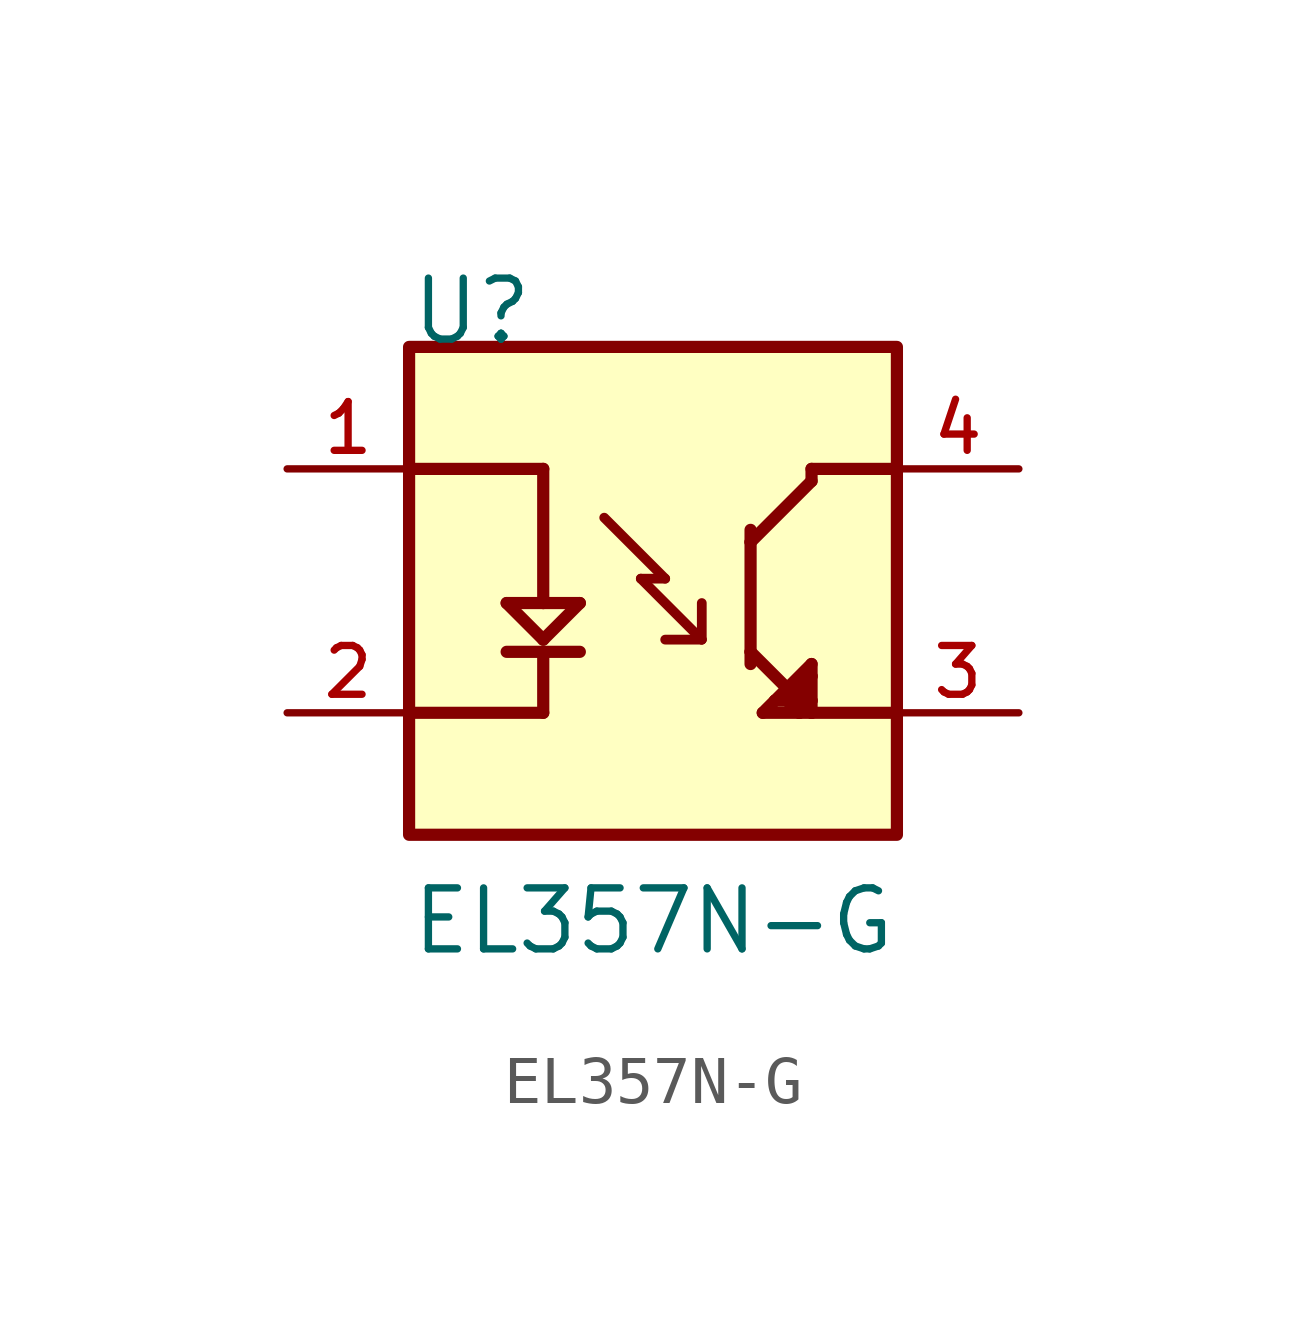
<source format=kicad_sym>
(kicad_symbol_lib
  (version 20211014)
  (generator kicad_symbol_editor)
  (symbol "EL357N-G"
    (pin_names
      (offset 1.016))
    (property "Reference" "U"
      (at -5.08 5.08 0)
      (effects (font (size 1.27 1.27)) (justify bottom left)))
    (property "Value" "EL357N-G"
      (at -5.08 -7.62 0)
      (effects (font (size 1.27 1.27)) (justify bottom left)))
    (symbol "EL357N-G_0_0"
      (polyline (pts (xy -5.08 2.54) (xy -2.286 2.54)) (stroke (width 0.254)))
      (polyline (pts (xy -2.286 2.54) (xy -2.286 -0.254)) (stroke (width 0.254)))
      (polyline (pts (xy -2.286 -0.254) (xy -1.524 -0.254)) (stroke (width 0.254)))
      (polyline (pts (xy -2.286 -0.254) (xy -3.048 -0.254)) (stroke (width 0.254)))
      (polyline (pts (xy -3.048 -0.254) (xy -2.286 -1.016)) (stroke (width 0.254)))
      (polyline (pts (xy -2.286 -1.016) (xy -1.524 -0.254)) (stroke (width 0.254)))
      (polyline (pts (xy -3.048 -1.27) (xy -1.524 -1.27)) (stroke (width 0.254)))
      (polyline (pts (xy -2.286 -1.27) (xy -2.286 -2.54)) (stroke (width 0.254)))
      (polyline (pts (xy -2.286 -2.54) (xy -5.08 -2.54)) (stroke (width 0.254)))
      (polyline (pts (xy 5.08 2.54) (xy 3.302 2.54)) (stroke (width 0.254)))
      (polyline (pts (xy 3.302 2.54) (xy 3.302 2.286)) (stroke (width 0.254)))
      (polyline (pts (xy 3.302 2.286) (xy 2.032 1.016)) (stroke (width 0.254)))
      (polyline (pts (xy 2.032 1.016) (xy 2.032 -1.27)) (stroke (width 0.254)))
      (polyline (pts (xy 2.032 -1.27) (xy 3.302 -2.54)) (stroke (width 0.254)))
      (polyline (pts (xy 3.302 -2.54) (xy 5.08 -2.54)) (stroke (width 0.254)))
      (polyline (pts (xy 3.302 -2.286) (xy 3.302 -1.778)) (stroke (width 0.254)))
      (polyline (pts (xy 3.302 -1.778) (xy 3.302 -1.524)) (stroke (width 0.254)))
      (polyline (pts (xy 3.302 -1.524) (xy 2.54 -2.286)) (stroke (width 0.254)))
      (polyline (pts (xy 2.54 -2.286) (xy 2.286 -2.54)) (stroke (width 0.254)))
      (polyline (pts (xy 2.286 -2.54) (xy 3.048 -2.54)) (stroke (width 0.254)))
      (polyline (pts (xy 3.048 -2.54) (xy 3.302 -2.54)) (stroke (width 0.254)))
      (polyline (pts (xy 3.302 -2.54) (xy 3.302 -2.286)) (stroke (width 0.254)))
      (polyline (pts (xy 3.302 -2.286) (xy 3.048 -2.032)) (stroke (width 0.254)))
      (polyline (pts (xy 3.048 -2.032) (xy 2.794 -2.286)) (stroke (width 0.254)))
      (polyline (pts (xy 2.54 -2.286) (xy 2.794 -2.286)) (stroke (width 0.254)))
      (polyline (pts (xy 2.794 -2.286) (xy 3.048 -2.54)) (stroke (width 0.254)))
      (polyline (pts (xy 3.048 -2.54) (xy 3.048 -2.032)) (stroke (width 0.254)))
      (polyline (pts (xy 3.048 -2.032) (xy 3.302 -1.778)) (stroke (width 0.254)))
      (polyline (pts (xy 2.032 -1.27) (xy 2.032 -1.524)) (stroke (width 0.254)))
      (polyline (pts (xy 2.032 1.016) (xy 2.032 1.27)) (stroke (width 0.254)))
      (polyline (pts (xy 0.254 0.254) (xy -0.254 0.254)) (stroke (width 0.203)))
      (polyline (pts (xy -0.254 0.254) (xy 1.016 -1.016)) (stroke (width 0.203)))
      (polyline (pts (xy 1.016 -1.016) (xy 1.016 -0.254)) (stroke (width 0.203)))
      (polyline (pts (xy 1.016 -1.016) (xy 0.254 -1.016)) (stroke (width 0.203)))
      (polyline (pts (xy -1.016 1.524) (xy 0.254 0.254)) (stroke (width 0.203)))
      (rectangle (start -5.08 -5.08) (end 5.08 5.08) (stroke (width 0.254)) (fill (type background)))
      (pin passive line (at -7.62 2.54 0) (length 2.54) (name "~" (effects (font (size 1.016 1.016)))) (number "1" (effects (font (size 1.016 1.016)))))
      (pin passive line (at -7.62 -2.54 0) (length 2.54) (name "~" (effects (font (size 1.016 1.016)))) (number "2" (effects (font (size 1.016 1.016)))))
      (pin passive line (at 7.62 2.54 180.0) (length 2.54) (name "~" (effects (font (size 1.016 1.016)))) (number "4" (effects (font (size 1.016 1.016)))))
      (pin passive line (at 7.62 -2.54 180.0) (length 2.54) (name "~" (effects (font (size 1.016 1.016)))) (number "3" (effects (font (size 1.016 1.016))))))))
</source>
